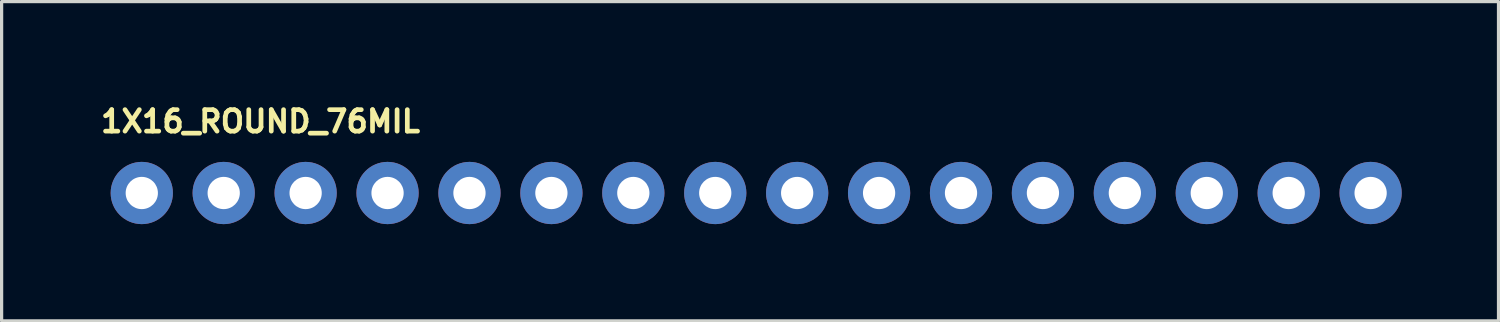
<source format=kicad_pcb>
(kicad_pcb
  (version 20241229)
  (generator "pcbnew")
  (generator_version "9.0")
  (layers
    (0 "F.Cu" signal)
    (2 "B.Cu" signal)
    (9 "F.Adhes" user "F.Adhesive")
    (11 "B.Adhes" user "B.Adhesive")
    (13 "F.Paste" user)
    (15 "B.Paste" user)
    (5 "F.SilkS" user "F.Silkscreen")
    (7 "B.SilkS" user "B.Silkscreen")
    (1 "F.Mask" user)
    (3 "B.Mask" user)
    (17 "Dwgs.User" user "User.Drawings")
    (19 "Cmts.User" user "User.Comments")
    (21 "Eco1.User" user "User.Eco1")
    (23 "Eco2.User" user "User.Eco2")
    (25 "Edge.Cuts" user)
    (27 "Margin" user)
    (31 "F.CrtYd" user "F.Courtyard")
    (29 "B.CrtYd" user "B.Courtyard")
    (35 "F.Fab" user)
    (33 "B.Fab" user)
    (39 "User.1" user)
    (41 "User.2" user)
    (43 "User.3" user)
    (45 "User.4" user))
  (footprint "1X16_ROUND_76MIL"
    (layer "F.Cu")
    (at 20.396 2.934)
    (property "Reference" "1X16_ROUND_76MIL" (at -20.396 -1.829 0) (unlocked yes) (layer "F.SilkS") (effects (font (size 0.666 0.666) (thickness 0.146)) (justify left bottom)))
    (fp_poly (pts (xy -19.304 0.254) (xy -18.796 0.254) (xy -18.796 -0.254) (xy -19.304 -0.254)) (stroke (width 0.1) (type default)) (fill no) (layer "F.Fab"))
    (fp_poly (pts (xy -16.764 0.254) (xy -16.256 0.254) (xy -16.256 -0.254) (xy -16.764 -0.254)) (stroke (width 0.1) (type default)) (fill no) (layer "F.Fab"))
    (fp_poly (pts (xy -14.224 0.254) (xy -13.716 0.254) (xy -13.716 -0.254) (xy -14.224 -0.254)) (stroke (width 0.1) (type default)) (fill no) (layer "F.Fab"))
    (fp_poly (pts (xy -11.684 0.254) (xy -11.176 0.254) (xy -11.176 -0.254) (xy -11.684 -0.254)) (stroke (width 0.1) (type default)) (fill no) (layer "F.Fab"))
    (fp_poly (pts (xy -9.144 0.254) (xy -8.636 0.254) (xy -8.636 -0.254) (xy -9.144 -0.254)) (stroke (width 0.1) (type default)) (fill no) (layer "F.Fab"))
    (fp_poly (pts (xy -6.604 0.254) (xy -6.096 0.254) (xy -6.096 -0.254) (xy -6.604 -0.254)) (stroke (width 0.1) (type default)) (fill no) (layer "F.Fab"))
    (fp_poly (pts (xy -4.064 0.254) (xy -3.556 0.254) (xy -3.556 -0.254) (xy -4.064 -0.254)) (stroke (width 0.1) (type default)) (fill no) (layer "F.Fab"))
    (fp_poly (pts (xy -1.524 0.254) (xy -1.016 0.254) (xy -1.016 -0.254) (xy -1.524 -0.254)) (stroke (width 0.1) (type default)) (fill no) (layer "F.Fab"))
    (fp_poly (pts (xy 1.016 0.254) (xy 1.524 0.254) (xy 1.524 -0.254) (xy 1.016 -0.254)) (stroke (width 0.1) (type default)) (fill no) (layer "F.Fab"))
    (fp_poly (pts (xy 3.556 0.254) (xy 4.064 0.254) (xy 4.064 -0.254) (xy 3.556 -0.254)) (stroke (width 0.1) (type default)) (fill no) (layer "F.Fab"))
    (fp_poly (pts (xy 6.096 0.254) (xy 6.604 0.254) (xy 6.604 -0.254) (xy 6.096 -0.254)) (stroke (width 0.1) (type default)) (fill no) (layer "F.Fab"))
    (fp_poly (pts (xy 8.636 0.254) (xy 9.144 0.254) (xy 9.144 -0.254) (xy 8.636 -0.254)) (stroke (width 0.1) (type default)) (fill no) (layer "F.Fab"))
    (fp_poly (pts (xy 11.176 0.254) (xy 11.684 0.254) (xy 11.684 -0.254) (xy 11.176 -0.254)) (stroke (width 0.1) (type default)) (fill no) (layer "F.Fab"))
    (fp_poly (pts (xy 13.716 0.254) (xy 14.224 0.254) (xy 14.224 -0.254) (xy 13.716 -0.254)) (stroke (width 0.1) (type default)) (fill no) (layer "F.Fab"))
    (fp_poly (pts (xy 16.256 0.254) (xy 16.764 0.254) (xy 16.764 -0.254) (xy 16.256 -0.254)) (stroke (width 0.1) (type default)) (fill no) (layer "F.Fab"))
    (fp_poly (pts (xy 18.796 0.254) (xy 19.304 0.254) (xy 19.304 -0.254) (xy 18.796 -0.254)) (stroke (width 0.1) (type default)) (fill no) (layer "F.Fab"))
    (pad "1" thru_hole circle (at -19.05 0 90) (size 1.93 1.93) (drill 1) (layers "*.Cu" "*.Mask"))
    (pad "2" thru_hole circle (at -16.51 0 90) (size 1.93 1.93) (drill 1) (layers "*.Cu" "*.Mask"))
    (pad "3" thru_hole circle (at -13.97 0 90) (size 1.93 1.93) (drill 1) (layers "*.Cu" "*.Mask"))
    (pad "4" thru_hole circle (at -11.43 0 90) (size 1.93 1.93) (drill 1) (layers "*.Cu" "*.Mask"))
    (pad "5" thru_hole circle (at -8.89 0 90) (size 1.93 1.93) (drill 1) (layers "*.Cu" "*.Mask"))
    (pad "6" thru_hole circle (at -6.35 0 90) (size 1.93 1.93) (drill 1) (layers "*.Cu" "*.Mask"))
    (pad "7" thru_hole circle (at -3.81 0 90) (size 1.93 1.93) (drill 1) (layers "*.Cu" "*.Mask"))
    (pad "8" thru_hole circle (at -1.27 0 90) (size 1.93 1.93) (drill 1) (layers "*.Cu" "*.Mask"))
    (pad "9" thru_hole circle (at 1.27 0 90) (size 1.93 1.93) (drill 1) (layers "*.Cu" "*.Mask"))
    (pad "10" thru_hole circle (at 3.81 0 90) (size 1.93 1.93) (drill 1) (layers "*.Cu" "*.Mask"))
    (pad "11" thru_hole circle (at 6.35 0 90) (size 1.93 1.93) (drill 1) (layers "*.Cu" "*.Mask"))
    (pad "12" thru_hole circle (at 8.89 0 90) (size 1.93 1.93) (drill 1) (layers "*.Cu" "*.Mask"))
    (pad "13" thru_hole circle (at 11.43 0 90) (size 1.93 1.93) (drill 1) (layers "*.Cu" "*.Mask"))
    (pad "14" thru_hole circle (at 13.97 0 90) (size 1.93 1.93) (drill 1) (layers "*.Cu" "*.Mask"))
    (pad "15" thru_hole circle (at 16.51 0 90) (size 1.93 1.93) (drill 1) (layers "*.Cu" "*.Mask"))
    (pad "16" thru_hole circle (at 19.05 0 90) (size 1.93 1.93) (drill 1) (layers "*.Cu" "*.Mask")))
  (gr_rect
    (start -3 -3)
    (end 43.411 6.899)
    (stroke (width 0.1) (type default))
    (fill no)
    (layer "Edge.Cuts")))
</source>
